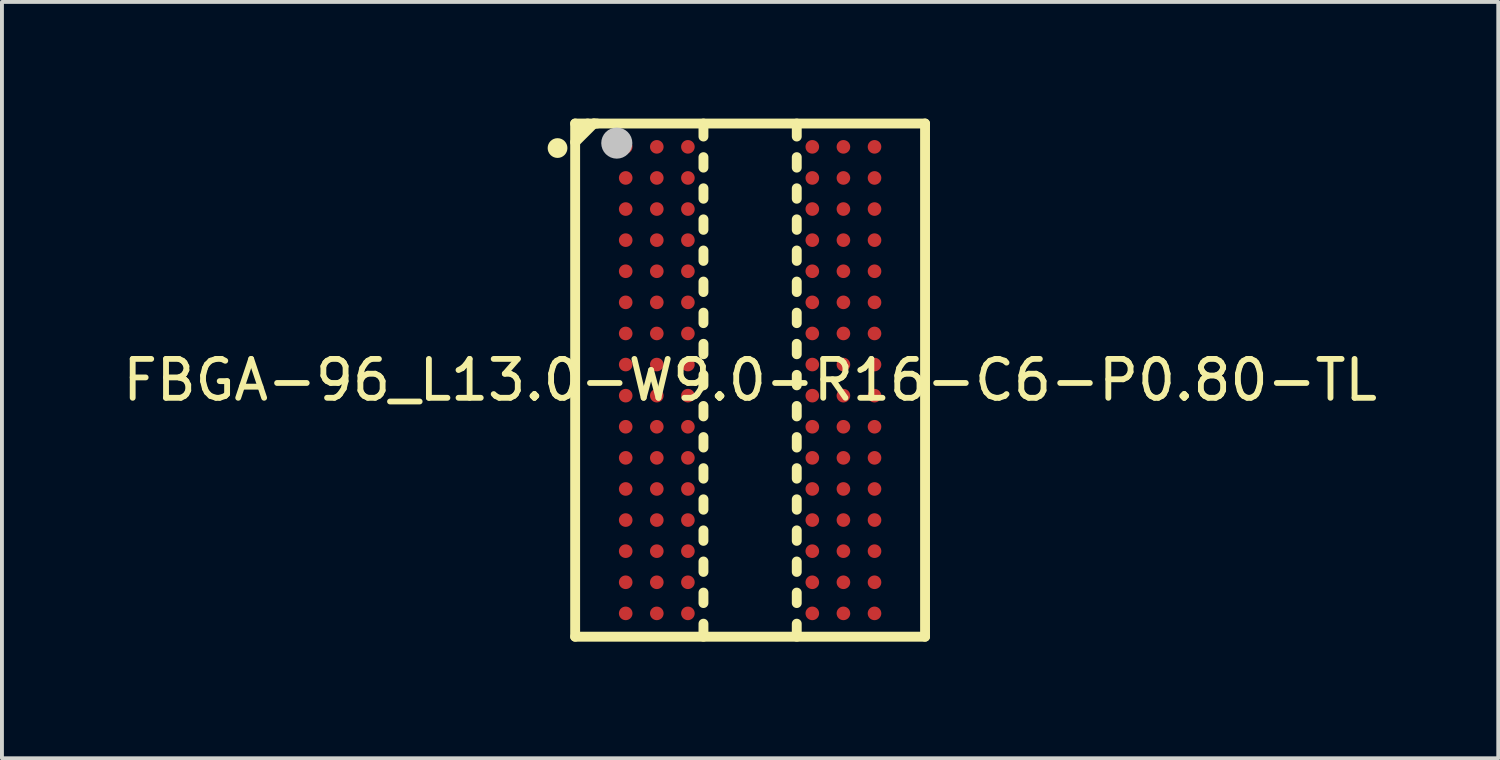
<source format=kicad_pcb>
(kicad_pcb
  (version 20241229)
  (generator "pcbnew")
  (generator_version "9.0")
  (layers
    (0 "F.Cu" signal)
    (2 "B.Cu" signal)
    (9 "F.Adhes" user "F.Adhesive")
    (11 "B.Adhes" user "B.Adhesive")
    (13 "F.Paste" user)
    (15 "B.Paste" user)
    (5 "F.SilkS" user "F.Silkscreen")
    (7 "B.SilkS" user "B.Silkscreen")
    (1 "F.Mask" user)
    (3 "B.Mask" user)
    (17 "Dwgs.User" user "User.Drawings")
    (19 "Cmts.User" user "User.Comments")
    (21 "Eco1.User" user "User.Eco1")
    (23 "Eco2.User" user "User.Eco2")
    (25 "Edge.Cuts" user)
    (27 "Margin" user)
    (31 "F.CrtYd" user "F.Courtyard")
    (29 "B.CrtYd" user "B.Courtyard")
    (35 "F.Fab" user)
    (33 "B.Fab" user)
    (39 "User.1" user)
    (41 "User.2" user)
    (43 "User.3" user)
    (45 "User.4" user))
  (footprint "FBGA-96_L13.0-W9.0-R16-C6-P0.80-TL"
    (layer "F.Cu")
    (at 16.244 6.727)
    (property "Reference" "FBGA-96_L13.0-W9.0-R16-C6-P0.80-TL" (at 0 0 0) (layer "F.SilkS") (effects (font (size 1 1) (thickness 0.15))))
    (fp_line (start -4.5 -6.6) (end -4.5 6.6) (stroke (width 0.254) (type default)) (layer "F.SilkS"))
    (fp_line (start -4.5 -6.6) (end 4.5 -6.6) (stroke (width 0.254) (type default)) (layer "F.SilkS"))
    (fp_line (start -4.5 6.6) (end 4.5 6.6) (stroke (width 0.254) (type default)) (layer "F.SilkS"))
    (fp_line (start -4.179 -6.6) (end -4.179 -6.534) (stroke (width 0.254) (type default)) (layer "F.SilkS"))
    (fp_line (start -4.179 -6.534) (end -4.37 -6.343) (stroke (width 0.254) (type default)) (layer "F.SilkS"))
    (fp_line (start -4.019 -6.6) (end -4.5 -6.119) (stroke (width 0.254) (type default)) (layer "F.SilkS"))
    (fp_line (start -3.939 -6.6) (end -4.019 -6.6) (stroke (width 0.254) (type default)) (layer "F.SilkS"))
    (fp_line (start -1.2 -6.6) (end -1.2 -6.265) (stroke (width 0.254) (type default)) (layer "F.SilkS"))
    (fp_line (start -1.2 -5.735) (end -1.2 -5.465) (stroke (width 0.254) (type default)) (layer "F.SilkS"))
    (fp_line (start -1.2 -4.934) (end -1.2 -4.665) (stroke (width 0.254) (type default)) (layer "F.SilkS"))
    (fp_line (start -1.2 -4.135) (end -1.2 -3.865) (stroke (width 0.254) (type default)) (layer "F.SilkS"))
    (fp_line (start -1.2 -3.334) (end -1.2 -3.066) (stroke (width 0.254) (type default)) (layer "F.SilkS"))
    (fp_line (start -1.2 -2.535) (end -1.2 -2.265) (stroke (width 0.254) (type default)) (layer "F.SilkS"))
    (fp_line (start -1.2 -1.735) (end -1.2 -1.465) (stroke (width 0.254) (type default)) (layer "F.SilkS"))
    (fp_line (start -1.2 -0.934) (end -1.2 -0.665) (stroke (width 0.254) (type default)) (layer "F.SilkS"))
    (fp_line (start -1.2 -0.135) (end -1.2 0.135) (stroke (width 0.254) (type default)) (layer "F.SilkS"))
    (fp_line (start -1.2 0.665) (end -1.2 0.934) (stroke (width 0.254) (type default)) (layer "F.SilkS"))
    (fp_line (start -1.2 1.465) (end -1.2 1.735) (stroke (width 0.254) (type default)) (layer "F.SilkS"))
    (fp_line (start -1.2 2.265) (end -1.2 2.535) (stroke (width 0.254) (type default)) (layer "F.SilkS"))
    (fp_line (start -1.2 3.066) (end -1.2 3.334) (stroke (width 0.254) (type default)) (layer "F.SilkS"))
    (fp_line (start -1.2 3.865) (end -1.2 4.135) (stroke (width 0.254) (type default)) (layer "F.SilkS"))
    (fp_line (start -1.2 4.665) (end -1.2 4.934) (stroke (width 0.254) (type default)) (layer "F.SilkS"))
    (fp_line (start -1.2 5.465) (end -1.2 5.735) (stroke (width 0.254) (type default)) (layer "F.SilkS"))
    (fp_line (start -1.2 6.265) (end -1.2 6.6) (stroke (width 0.254) (type default)) (layer "F.SilkS"))
    (fp_line (start 1.2 -6.6) (end 1.2 -6.265) (stroke (width 0.254) (type default)) (layer "F.SilkS"))
    (fp_line (start 1.2 -5.735) (end 1.2 -5.465) (stroke (width 0.254) (type default)) (layer "F.SilkS"))
    (fp_line (start 1.2 -4.934) (end 1.2 -4.665) (stroke (width 0.254) (type default)) (layer "F.SilkS"))
    (fp_line (start 1.2 -4.135) (end 1.2 -3.865) (stroke (width 0.254) (type default)) (layer "F.SilkS"))
    (fp_line (start 1.2 -3.334) (end 1.2 -3.066) (stroke (width 0.254) (type default)) (layer "F.SilkS"))
    (fp_line (start 1.2 -2.535) (end 1.2 -2.265) (stroke (width 0.254) (type default)) (layer "F.SilkS"))
    (fp_line (start 1.2 -1.735) (end 1.2 -1.465) (stroke (width 0.254) (type default)) (layer "F.SilkS"))
    (fp_line (start 1.2 -0.934) (end 1.2 -0.665) (stroke (width 0.254) (type default)) (layer "F.SilkS"))
    (fp_line (start 1.2 -0.135) (end 1.2 0.135) (stroke (width 0.254) (type default)) (layer "F.SilkS"))
    (fp_line (start 1.2 0.665) (end 1.2 0.934) (stroke (width 0.254) (type default)) (layer "F.SilkS"))
    (fp_line (start 1.2 1.465) (end 1.2 1.735) (stroke (width 0.254) (type default)) (layer "F.SilkS"))
    (fp_line (start 1.2 2.265) (end 1.2 2.535) (stroke (width 0.254) (type default)) (layer "F.SilkS"))
    (fp_line (start 1.2 3.066) (end 1.2 3.334) (stroke (width 0.254) (type default)) (layer "F.SilkS"))
    (fp_line (start 1.2 3.865) (end 1.2 4.135) (stroke (width 0.254) (type default)) (layer "F.SilkS"))
    (fp_line (start 1.2 4.665) (end 1.2 4.934) (stroke (width 0.254) (type default)) (layer "F.SilkS"))
    (fp_line (start 1.2 5.465) (end 1.2 5.735) (stroke (width 0.254) (type default)) (layer "F.SilkS"))
    (fp_line (start 1.2 6.265) (end 1.2 6.6) (stroke (width 0.254) (type default)) (layer "F.SilkS"))
    (fp_line (start 4.5 -6.6) (end 4.5 6.6) (stroke (width 0.254) (type default)) (layer "F.SilkS"))
    (fp_circle (center -4.953 -5.969) (end -4.826 -5.969) (stroke (width 0.254) (type default)) (fill no) (layer "F.SilkS"))
    (fp_circle (center -3.429 -6.096) (end -3.229 -6.096) (stroke (width 0.4) (type default)) (fill no) (layer "Dwgs.User"))
    (fp_poly (pts (xy -2.975 -6) (xy -2.992 -6.086) (xy -3.041 -6.159) (xy -3.114 -6.208) (xy -3.2 -6.225) (xy -3.286 -6.208) (xy -3.359 -6.159) (xy -3.408 -6.086) (xy -3.425 -6) (xy -3.408 -5.914) (xy -3.359 -5.841) (xy -3.286 -5.792) (xy -3.2 -5.775) (xy -3.114 -5.792) (xy -3.041 -5.841) (xy -2.992 -5.914)) (stroke (width 0.1) (type default)) (fill no) (layer "User.1"))
    (fp_poly (pts (xy -2.975 -5.2) (xy -2.992 -5.286) (xy -3.041 -5.359) (xy -3.114 -5.408) (xy -3.2 -5.425) (xy -3.286 -5.408) (xy -3.359 -5.359) (xy -3.408 -5.286) (xy -3.425 -5.2) (xy -3.408 -5.114) (xy -3.359 -5.041) (xy -3.286 -4.992) (xy -3.2 -4.975) (xy -3.114 -4.992) (xy -3.041 -5.041) (xy -2.992 -5.114)) (stroke (width 0.1) (type default)) (fill no) (layer "User.1"))
    (fp_poly (pts (xy -2.975 -4.4) (xy -2.992 -4.486) (xy -3.041 -4.559) (xy -3.114 -4.608) (xy -3.2 -4.625) (xy -3.286 -4.608) (xy -3.359 -4.559) (xy -3.408 -4.486) (xy -3.425 -4.4) (xy -3.408 -4.314) (xy -3.359 -4.241) (xy -3.286 -4.192) (xy -3.2 -4.175) (xy -3.114 -4.192) (xy -3.041 -4.241) (xy -2.992 -4.314)) (stroke (width 0.1) (type default)) (fill no) (layer "User.1"))
    (fp_poly (pts (xy -2.975 -3.6) (xy -2.992 -3.686) (xy -3.041 -3.759) (xy -3.114 -3.808) (xy -3.2 -3.825) (xy -3.286 -3.808) (xy -3.359 -3.759) (xy -3.408 -3.686) (xy -3.425 -3.6) (xy -3.408 -3.514) (xy -3.359 -3.441) (xy -3.286 -3.392) (xy -3.2 -3.375) (xy -3.114 -3.392) (xy -3.041 -3.441) (xy -2.992 -3.514)) (stroke (width 0.1) (type default)) (fill no) (layer "User.1"))
    (fp_poly (pts (xy -2.975 -2.8) (xy -2.992 -2.886) (xy -3.041 -2.959) (xy -3.114 -3.008) (xy -3.2 -3.025) (xy -3.286 -3.008) (xy -3.359 -2.959) (xy -3.408 -2.886) (xy -3.425 -2.8) (xy -3.408 -2.714) (xy -3.359 -2.641) (xy -3.286 -2.592) (xy -3.2 -2.575) (xy -3.114 -2.592) (xy -3.041 -2.641) (xy -2.992 -2.714)) (stroke (width 0.1) (type default)) (fill no) (layer "User.1"))
    (fp_poly (pts (xy -2.975 -2) (xy -2.992 -2.086) (xy -3.041 -2.159) (xy -3.114 -2.208) (xy -3.2 -2.225) (xy -3.286 -2.208) (xy -3.359 -2.159) (xy -3.408 -2.086) (xy -3.425 -2) (xy -3.408 -1.914) (xy -3.359 -1.841) (xy -3.286 -1.792) (xy -3.2 -1.775) (xy -3.114 -1.792) (xy -3.041 -1.841) (xy -2.992 -1.914)) (stroke (width 0.1) (type default)) (fill no) (layer "User.1"))
    (fp_poly (pts (xy -2.975 -1.2) (xy -2.992 -1.286) (xy -3.041 -1.359) (xy -3.114 -1.408) (xy -3.2 -1.425) (xy -3.286 -1.408) (xy -3.359 -1.359) (xy -3.408 -1.286) (xy -3.425 -1.2) (xy -3.408 -1.114) (xy -3.359 -1.041) (xy -3.286 -0.992) (xy -3.2 -0.975) (xy -3.114 -0.992) (xy -3.041 -1.041) (xy -2.992 -1.114)) (stroke (width 0.1) (type default)) (fill no) (layer "User.1"))
    (fp_poly (pts (xy -2.975 -0.4) (xy -2.992 -0.486) (xy -3.041 -0.559) (xy -3.114 -0.608) (xy -3.2 -0.625) (xy -3.286 -0.608) (xy -3.359 -0.559) (xy -3.408 -0.486) (xy -3.425 -0.4) (xy -3.408 -0.314) (xy -3.359 -0.241) (xy -3.286 -0.192) (xy -3.2 -0.175) (xy -3.114 -0.192) (xy -3.041 -0.241) (xy -2.992 -0.314)) (stroke (width 0.1) (type default)) (fill no) (layer "User.1"))
    (fp_poly (pts (xy -2.975 0.4) (xy -2.992 0.314) (xy -3.041 0.241) (xy -3.114 0.192) (xy -3.2 0.175) (xy -3.286 0.192) (xy -3.359 0.241) (xy -3.408 0.314) (xy -3.425 0.4) (xy -3.408 0.486) (xy -3.359 0.559) (xy -3.286 0.608) (xy -3.2 0.625) (xy -3.114 0.608) (xy -3.041 0.559) (xy -2.992 0.486)) (stroke (width 0.1) (type default)) (fill no) (layer "User.1"))
    (fp_poly (pts (xy -2.975 1.2) (xy -2.992 1.114) (xy -3.041 1.041) (xy -3.114 0.992) (xy -3.2 0.975) (xy -3.286 0.992) (xy -3.359 1.041) (xy -3.408 1.114) (xy -3.425 1.2) (xy -3.408 1.286) (xy -3.359 1.359) (xy -3.286 1.408) (xy -3.2 1.425) (xy -3.114 1.408) (xy -3.041 1.359) (xy -2.992 1.286)) (stroke (width 0.1) (type default)) (fill no) (layer "User.1"))
    (fp_poly (pts (xy -2.975 2) (xy -2.992 1.914) (xy -3.041 1.841) (xy -3.114 1.792) (xy -3.2 1.775) (xy -3.286 1.792) (xy -3.359 1.841) (xy -3.408 1.914) (xy -3.425 2) (xy -3.408 2.086) (xy -3.359 2.159) (xy -3.286 2.208) (xy -3.2 2.225) (xy -3.114 2.208) (xy -3.041 2.159) (xy -2.992 2.086)) (stroke (width 0.1) (type default)) (fill no) (layer "User.1"))
    (fp_poly (pts (xy -2.975 2.8) (xy -2.992 2.714) (xy -3.041 2.641) (xy -3.114 2.592) (xy -3.2 2.575) (xy -3.286 2.592) (xy -3.359 2.641) (xy -3.408 2.714) (xy -3.425 2.8) (xy -3.408 2.886) (xy -3.359 2.959) (xy -3.286 3.008) (xy -3.2 3.025) (xy -3.114 3.008) (xy -3.041 2.959) (xy -2.992 2.886)) (stroke (width 0.1) (type default)) (fill no) (layer "User.1"))
    (fp_poly (pts (xy -2.975 3.6) (xy -2.992 3.514) (xy -3.041 3.441) (xy -3.114 3.392) (xy -3.2 3.375) (xy -3.286 3.392) (xy -3.359 3.441) (xy -3.408 3.514) (xy -3.425 3.6) (xy -3.408 3.686) (xy -3.359 3.759) (xy -3.286 3.808) (xy -3.2 3.825) (xy -3.114 3.808) (xy -3.041 3.759) (xy -2.992 3.686)) (stroke (width 0.1) (type default)) (fill no) (layer "User.1"))
    (fp_poly (pts (xy -2.975 4.4) (xy -2.992 4.314) (xy -3.041 4.241) (xy -3.114 4.192) (xy -3.2 4.175) (xy -3.286 4.192) (xy -3.359 4.241) (xy -3.408 4.314) (xy -3.425 4.4) (xy -3.408 4.486) (xy -3.359 4.559) (xy -3.286 4.608) (xy -3.2 4.625) (xy -3.114 4.608) (xy -3.041 4.559) (xy -2.992 4.486)) (stroke (width 0.1) (type default)) (fill no) (layer "User.1"))
    (fp_poly (pts (xy -2.975 5.2) (xy -2.992 5.114) (xy -3.041 5.041) (xy -3.114 4.992) (xy -3.2 4.975) (xy -3.286 4.992) (xy -3.359 5.041) (xy -3.408 5.114) (xy -3.425 5.2) (xy -3.408 5.286) (xy -3.359 5.359) (xy -3.286 5.408) (xy -3.2 5.425) (xy -3.114 5.408) (xy -3.041 5.359) (xy -2.992 5.286)) (stroke (width 0.1) (type default)) (fill no) (layer "User.1"))
    (fp_poly (pts (xy -2.975 6) (xy -2.992 5.914) (xy -3.041 5.841) (xy -3.114 5.792) (xy -3.2 5.775) (xy -3.286 5.792) (xy -3.359 5.841) (xy -3.408 5.914) (xy -3.425 6) (xy -3.408 6.086) (xy -3.359 6.159) (xy -3.286 6.208) (xy -3.2 6.225) (xy -3.114 6.208) (xy -3.041 6.159) (xy -2.992 6.086)) (stroke (width 0.1) (type default)) (fill no) (layer "User.1"))
    (fp_poly (pts (xy -2.175 -6) (xy -2.192 -6.086) (xy -2.241 -6.159) (xy -2.314 -6.208) (xy -2.4 -6.225) (xy -2.486 -6.208) (xy -2.559 -6.159) (xy -2.608 -6.086) (xy -2.625 -6) (xy -2.608 -5.914) (xy -2.559 -5.841) (xy -2.486 -5.792) (xy -2.4 -5.775) (xy -2.314 -5.792) (xy -2.241 -5.841) (xy -2.192 -5.914)) (stroke (width 0.1) (type default)) (fill no) (layer "User.1"))
    (fp_poly (pts (xy -2.175 -5.2) (xy -2.192 -5.286) (xy -2.241 -5.359) (xy -2.314 -5.408) (xy -2.4 -5.425) (xy -2.486 -5.408) (xy -2.559 -5.359) (xy -2.608 -5.286) (xy -2.625 -5.2) (xy -2.608 -5.114) (xy -2.559 -5.041) (xy -2.486 -4.992) (xy -2.4 -4.975) (xy -2.314 -4.992) (xy -2.241 -5.041) (xy -2.192 -5.114)) (stroke (width 0.1) (type default)) (fill no) (layer "User.1"))
    (fp_poly (pts (xy -2.175 -4.4) (xy -2.192 -4.486) (xy -2.241 -4.559) (xy -2.314 -4.608) (xy -2.4 -4.625) (xy -2.486 -4.608) (xy -2.559 -4.559) (xy -2.608 -4.486) (xy -2.625 -4.4) (xy -2.608 -4.314) (xy -2.559 -4.241) (xy -2.486 -4.192) (xy -2.4 -4.175) (xy -2.314 -4.192) (xy -2.241 -4.241) (xy -2.192 -4.314)) (stroke (width 0.1) (type default)) (fill no) (layer "User.1"))
    (fp_poly (pts (xy -2.175 -3.6) (xy -2.192 -3.686) (xy -2.241 -3.759) (xy -2.314 -3.808) (xy -2.4 -3.825) (xy -2.486 -3.808) (xy -2.559 -3.759) (xy -2.608 -3.686) (xy -2.625 -3.6) (xy -2.608 -3.514) (xy -2.559 -3.441) (xy -2.486 -3.392) (xy -2.4 -3.375) (xy -2.314 -3.392) (xy -2.241 -3.441) (xy -2.192 -3.514)) (stroke (width 0.1) (type default)) (fill no) (layer "User.1"))
    (fp_poly (pts (xy -2.175 -2.8) (xy -2.192 -2.886) (xy -2.241 -2.959) (xy -2.314 -3.008) (xy -2.4 -3.025) (xy -2.486 -3.008) (xy -2.559 -2.959) (xy -2.608 -2.886) (xy -2.625 -2.8) (xy -2.608 -2.714) (xy -2.559 -2.641) (xy -2.486 -2.592) (xy -2.4 -2.575) (xy -2.314 -2.592) (xy -2.241 -2.641) (xy -2.192 -2.714)) (stroke (width 0.1) (type default)) (fill no) (layer "User.1"))
    (fp_poly (pts (xy -2.175 -2) (xy -2.192 -2.086) (xy -2.241 -2.159) (xy -2.314 -2.208) (xy -2.4 -2.225) (xy -2.486 -2.208) (xy -2.559 -2.159) (xy -2.608 -2.086) (xy -2.625 -2) (xy -2.608 -1.914) (xy -2.559 -1.841) (xy -2.486 -1.792) (xy -2.4 -1.775) (xy -2.314 -1.792) (xy -2.241 -1.841) (xy -2.192 -1.914)) (stroke (width 0.1) (type default)) (fill no) (layer "User.1"))
    (fp_poly (pts (xy -2.175 -1.2) (xy -2.192 -1.286) (xy -2.241 -1.359) (xy -2.314 -1.408) (xy -2.4 -1.425) (xy -2.486 -1.408) (xy -2.559 -1.359) (xy -2.608 -1.286) (xy -2.625 -1.2) (xy -2.608 -1.114) (xy -2.559 -1.041) (xy -2.486 -0.992) (xy -2.4 -0.975) (xy -2.314 -0.992) (xy -2.241 -1.041) (xy -2.192 -1.114)) (stroke (width 0.1) (type default)) (fill no) (layer "User.1"))
    (fp_poly (pts (xy -2.175 -0.4) (xy -2.192 -0.486) (xy -2.241 -0.559) (xy -2.314 -0.608) (xy -2.4 -0.625) (xy -2.486 -0.608) (xy -2.559 -0.559) (xy -2.608 -0.486) (xy -2.625 -0.4) (xy -2.608 -0.314) (xy -2.559 -0.241) (xy -2.486 -0.192) (xy -2.4 -0.175) (xy -2.314 -0.192) (xy -2.241 -0.241) (xy -2.192 -0.314)) (stroke (width 0.1) (type default)) (fill no) (layer "User.1"))
    (fp_poly (pts (xy -2.175 0.4) (xy -2.192 0.314) (xy -2.241 0.241) (xy -2.314 0.192) (xy -2.4 0.175) (xy -2.486 0.192) (xy -2.559 0.241) (xy -2.608 0.314) (xy -2.625 0.4) (xy -2.608 0.486) (xy -2.559 0.559) (xy -2.486 0.608) (xy -2.4 0.625) (xy -2.314 0.608) (xy -2.241 0.559) (xy -2.192 0.486)) (stroke (width 0.1) (type default)) (fill no) (layer "User.1"))
    (fp_poly (pts (xy -2.175 1.2) (xy -2.192 1.114) (xy -2.241 1.041) (xy -2.314 0.992) (xy -2.4 0.975) (xy -2.486 0.992) (xy -2.559 1.041) (xy -2.608 1.114) (xy -2.625 1.2) (xy -2.608 1.286) (xy -2.559 1.359) (xy -2.486 1.408) (xy -2.4 1.425) (xy -2.314 1.408) (xy -2.241 1.359) (xy -2.192 1.286)) (stroke (width 0.1) (type default)) (fill no) (layer "User.1"))
    (fp_poly (pts (xy -2.175 2) (xy -2.192 1.914) (xy -2.241 1.841) (xy -2.314 1.792) (xy -2.4 1.775) (xy -2.486 1.792) (xy -2.559 1.841) (xy -2.608 1.914) (xy -2.625 2) (xy -2.608 2.086) (xy -2.559 2.159) (xy -2.486 2.208) (xy -2.4 2.225) (xy -2.314 2.208) (xy -2.241 2.159) (xy -2.192 2.086)) (stroke (width 0.1) (type default)) (fill no) (layer "User.1"))
    (fp_poly (pts (xy -2.175 2.8) (xy -2.192 2.714) (xy -2.241 2.641) (xy -2.314 2.592) (xy -2.4 2.575) (xy -2.486 2.592) (xy -2.559 2.641) (xy -2.608 2.714) (xy -2.625 2.8) (xy -2.608 2.886) (xy -2.559 2.959) (xy -2.486 3.008) (xy -2.4 3.025) (xy -2.314 3.008) (xy -2.241 2.959) (xy -2.192 2.886)) (stroke (width 0.1) (type default)) (fill no) (layer "User.1"))
    (fp_poly (pts (xy -2.175 3.6) (xy -2.192 3.514) (xy -2.241 3.441) (xy -2.314 3.392) (xy -2.4 3.375) (xy -2.486 3.392) (xy -2.559 3.441) (xy -2.608 3.514) (xy -2.625 3.6) (xy -2.608 3.686) (xy -2.559 3.759) (xy -2.486 3.808) (xy -2.4 3.825) (xy -2.314 3.808) (xy -2.241 3.759) (xy -2.192 3.686)) (stroke (width 0.1) (type default)) (fill no) (layer "User.1"))
    (fp_poly (pts (xy -2.175 4.4) (xy -2.192 4.314) (xy -2.241 4.241) (xy -2.314 4.192) (xy -2.4 4.175) (xy -2.486 4.192) (xy -2.559 4.241) (xy -2.608 4.314) (xy -2.625 4.4) (xy -2.608 4.486) (xy -2.559 4.559) (xy -2.486 4.608) (xy -2.4 4.625) (xy -2.314 4.608) (xy -2.241 4.559) (xy -2.192 4.486)) (stroke (width 0.1) (type default)) (fill no) (layer "User.1"))
    (fp_poly (pts (xy -2.175 5.2) (xy -2.192 5.114) (xy -2.241 5.041) (xy -2.314 4.992) (xy -2.4 4.975) (xy -2.486 4.992) (xy -2.559 5.041) (xy -2.608 5.114) (xy -2.625 5.2) (xy -2.608 5.286) (xy -2.559 5.359) (xy -2.486 5.408) (xy -2.4 5.425) (xy -2.314 5.408) (xy -2.241 5.359) (xy -2.192 5.286)) (stroke (width 0.1) (type default)) (fill no) (layer "User.1"))
    (fp_poly (pts (xy -2.175 6) (xy -2.192 5.914) (xy -2.241 5.841) (xy -2.314 5.792) (xy -2.4 5.775) (xy -2.486 5.792) (xy -2.559 5.841) (xy -2.608 5.914) (xy -2.625 6) (xy -2.608 6.086) (xy -2.559 6.159) (xy -2.486 6.208) (xy -2.4 6.225) (xy -2.314 6.208) (xy -2.241 6.159) (xy -2.192 6.086)) (stroke (width 0.1) (type default)) (fill no) (layer "User.1"))
    (fp_poly (pts (xy -1.375 -6) (xy -1.392 -6.086) (xy -1.441 -6.159) (xy -1.514 -6.208) (xy -1.6 -6.225) (xy -1.686 -6.208) (xy -1.759 -6.159) (xy -1.808 -6.086) (xy -1.825 -6) (xy -1.808 -5.914) (xy -1.759 -5.841) (xy -1.686 -5.792) (xy -1.6 -5.775) (xy -1.514 -5.792) (xy -1.441 -5.841) (xy -1.392 -5.914)) (stroke (width 0.1) (type default)) (fill no) (layer "User.1"))
    (fp_poly (pts (xy -1.375 -5.2) (xy -1.392 -5.286) (xy -1.441 -5.359) (xy -1.514 -5.408) (xy -1.6 -5.425) (xy -1.686 -5.408) (xy -1.759 -5.359) (xy -1.808 -5.286) (xy -1.825 -5.2) (xy -1.808 -5.114) (xy -1.759 -5.041) (xy -1.686 -4.992) (xy -1.6 -4.975) (xy -1.514 -4.992) (xy -1.441 -5.041) (xy -1.392 -5.114)) (stroke (width 0.1) (type default)) (fill no) (layer "User.1"))
    (fp_poly (pts (xy -1.375 -4.4) (xy -1.392 -4.486) (xy -1.441 -4.559) (xy -1.514 -4.608) (xy -1.6 -4.625) (xy -1.686 -4.608) (xy -1.759 -4.559) (xy -1.808 -4.486) (xy -1.825 -4.4) (xy -1.808 -4.314) (xy -1.759 -4.241) (xy -1.686 -4.192) (xy -1.6 -4.175) (xy -1.514 -4.192) (xy -1.441 -4.241) (xy -1.392 -4.314)) (stroke (width 0.1) (type default)) (fill no) (layer "User.1"))
    (fp_poly (pts (xy -1.375 -3.6) (xy -1.392 -3.686) (xy -1.441 -3.759) (xy -1.514 -3.808) (xy -1.6 -3.825) (xy -1.686 -3.808) (xy -1.759 -3.759) (xy -1.808 -3.686) (xy -1.825 -3.6) (xy -1.808 -3.514) (xy -1.759 -3.441) (xy -1.686 -3.392) (xy -1.6 -3.375) (xy -1.514 -3.392) (xy -1.441 -3.441) (xy -1.392 -3.514)) (stroke (width 0.1) (type default)) (fill no) (layer "User.1"))
    (fp_poly (pts (xy -1.375 -2.8) (xy -1.392 -2.886) (xy -1.441 -2.959) (xy -1.514 -3.008) (xy -1.6 -3.025) (xy -1.686 -3.008) (xy -1.759 -2.959) (xy -1.808 -2.886) (xy -1.825 -2.8) (xy -1.808 -2.714) (xy -1.759 -2.641) (xy -1.686 -2.592) (xy -1.6 -2.575) (xy -1.514 -2.592) (xy -1.441 -2.641) (xy -1.392 -2.714)) (stroke (width 0.1) (type default)) (fill no) (layer "User.1"))
    (fp_poly (pts (xy -1.375 -2) (xy -1.392 -2.086) (xy -1.441 -2.159) (xy -1.514 -2.208) (xy -1.6 -2.225) (xy -1.686 -2.208) (xy -1.759 -2.159) (xy -1.808 -2.086) (xy -1.825 -2) (xy -1.808 -1.914) (xy -1.759 -1.841) (xy -1.686 -1.792) (xy -1.6 -1.775) (xy -1.514 -1.792) (xy -1.441 -1.841) (xy -1.392 -1.914)) (stroke (width 0.1) (type default)) (fill no) (layer "User.1"))
    (fp_poly (pts (xy -1.375 -1.2) (xy -1.392 -1.286) (xy -1.441 -1.359) (xy -1.514 -1.408) (xy -1.6 -1.425) (xy -1.686 -1.408) (xy -1.759 -1.359) (xy -1.808 -1.286) (xy -1.825 -1.2) (xy -1.808 -1.114) (xy -1.759 -1.041) (xy -1.686 -0.992) (xy -1.6 -0.975) (xy -1.514 -0.992) (xy -1.441 -1.041) (xy -1.392 -1.114)) (stroke (width 0.1) (type default)) (fill no) (layer "User.1"))
    (fp_poly (pts (xy -1.375 -0.4) (xy -1.392 -0.486) (xy -1.441 -0.559) (xy -1.514 -0.608) (xy -1.6 -0.625) (xy -1.686 -0.608) (xy -1.759 -0.559) (xy -1.808 -0.486) (xy -1.825 -0.4) (xy -1.808 -0.314) (xy -1.759 -0.241) (xy -1.686 -0.192) (xy -1.6 -0.175) (xy -1.514 -0.192) (xy -1.441 -0.241) (xy -1.392 -0.314)) (stroke (width 0.1) (type default)) (fill no) (layer "User.1"))
    (fp_poly (pts (xy -1.375 0.4) (xy -1.392 0.314) (xy -1.441 0.241) (xy -1.514 0.192) (xy -1.6 0.175) (xy -1.686 0.192) (xy -1.759 0.241) (xy -1.808 0.314) (xy -1.825 0.4) (xy -1.808 0.486) (xy -1.759 0.559) (xy -1.686 0.608) (xy -1.6 0.625) (xy -1.514 0.608) (xy -1.441 0.559) (xy -1.392 0.486)) (stroke (width 0.1) (type default)) (fill no) (layer "User.1"))
    (fp_poly (pts (xy -1.375 1.2) (xy -1.392 1.114) (xy -1.441 1.041) (xy -1.514 0.992) (xy -1.6 0.975) (xy -1.686 0.992) (xy -1.759 1.041) (xy -1.808 1.114) (xy -1.825 1.2) (xy -1.808 1.286) (xy -1.759 1.359) (xy -1.686 1.408) (xy -1.6 1.425) (xy -1.514 1.408) (xy -1.441 1.359) (xy -1.392 1.286)) (stroke (width 0.1) (type default)) (fill no) (layer "User.1"))
    (fp_poly (pts (xy -1.375 2) (xy -1.392 1.914) (xy -1.441 1.841) (xy -1.514 1.792) (xy -1.6 1.775) (xy -1.686 1.792) (xy -1.759 1.841) (xy -1.808 1.914) (xy -1.825 2) (xy -1.808 2.086) (xy -1.759 2.159) (xy -1.686 2.208) (xy -1.6 2.225) (xy -1.514 2.208) (xy -1.441 2.159) (xy -1.392 2.086)) (stroke (width 0.1) (type default)) (fill no) (layer "User.1"))
    (fp_poly (pts (xy -1.375 2.8) (xy -1.392 2.714) (xy -1.441 2.641) (xy -1.514 2.592) (xy -1.6 2.575) (xy -1.686 2.592) (xy -1.759 2.641) (xy -1.808 2.714) (xy -1.825 2.8) (xy -1.808 2.886) (xy -1.759 2.959) (xy -1.686 3.008) (xy -1.6 3.025) (xy -1.514 3.008) (xy -1.441 2.959) (xy -1.392 2.886)) (stroke (width 0.1) (type default)) (fill no) (layer "User.1"))
    (fp_poly (pts (xy -1.375 3.6) (xy -1.392 3.514) (xy -1.441 3.441) (xy -1.514 3.392) (xy -1.6 3.375) (xy -1.686 3.392) (xy -1.759 3.441) (xy -1.808 3.514) (xy -1.825 3.6) (xy -1.808 3.686) (xy -1.759 3.759) (xy -1.686 3.808) (xy -1.6 3.825) (xy -1.514 3.808) (xy -1.441 3.759) (xy -1.392 3.686)) (stroke (width 0.1) (type default)) (fill no) (layer "User.1"))
    (fp_poly (pts (xy -1.375 4.4) (xy -1.392 4.314) (xy -1.441 4.241) (xy -1.514 4.192) (xy -1.6 4.175) (xy -1.686 4.192) (xy -1.759 4.241) (xy -1.808 4.314) (xy -1.825 4.4) (xy -1.808 4.486) (xy -1.759 4.559) (xy -1.686 4.608) (xy -1.6 4.625) (xy -1.514 4.608) (xy -1.441 4.559) (xy -1.392 4.486)) (stroke (width 0.1) (type default)) (fill no) (layer "User.1"))
    (fp_poly (pts (xy -1.375 5.2) (xy -1.392 5.114) (xy -1.441 5.041) (xy -1.514 4.992) (xy -1.6 4.975) (xy -1.686 4.992) (xy -1.759 5.041) (xy -1.808 5.114) (xy -1.825 5.2) (xy -1.808 5.286) (xy -1.759 5.359) (xy -1.686 5.408) (xy -1.6 5.425) (xy -1.514 5.408) (xy -1.441 5.359) (xy -1.392 5.286)) (stroke (width 0.1) (type default)) (fill no) (layer "User.1"))
    (fp_poly (pts (xy -1.375 6) (xy -1.392 5.914) (xy -1.441 5.841) (xy -1.514 5.792) (xy -1.6 5.775) (xy -1.686 5.792) (xy -1.759 5.841) (xy -1.808 5.914) (xy -1.825 6) (xy -1.808 6.086) (xy -1.759 6.159) (xy -1.686 6.208) (xy -1.6 6.225) (xy -1.514 6.208) (xy -1.441 6.159) (xy -1.392 6.086)) (stroke (width 0.1) (type default)) (fill no) (layer "User.1"))
    (fp_poly (pts (xy 1.825 -6) (xy 1.808 -6.086) (xy 1.759 -6.159) (xy 1.686 -6.208) (xy 1.6 -6.225) (xy 1.514 -6.208) (xy 1.441 -6.159) (xy 1.392 -6.086) (xy 1.375 -6) (xy 1.392 -5.914) (xy 1.441 -5.841) (xy 1.514 -5.792) (xy 1.6 -5.775) (xy 1.686 -5.792) (xy 1.759 -5.841) (xy 1.808 -5.914)) (stroke (width 0.1) (type default)) (fill no) (layer "User.1"))
    (fp_poly (pts (xy 1.825 -5.2) (xy 1.808 -5.286) (xy 1.759 -5.359) (xy 1.686 -5.408) (xy 1.6 -5.425) (xy 1.514 -5.408) (xy 1.441 -5.359) (xy 1.392 -5.286) (xy 1.375 -5.2) (xy 1.392 -5.114) (xy 1.441 -5.041) (xy 1.514 -4.992) (xy 1.6 -4.975) (xy 1.686 -4.992) (xy 1.759 -5.041) (xy 1.808 -5.114)) (stroke (width 0.1) (type default)) (fill no) (layer "User.1"))
    (fp_poly (pts (xy 1.825 -4.4) (xy 1.808 -4.486) (xy 1.759 -4.559) (xy 1.686 -4.608) (xy 1.6 -4.625) (xy 1.514 -4.608) (xy 1.441 -4.559) (xy 1.392 -4.486) (xy 1.375 -4.4) (xy 1.392 -4.314) (xy 1.441 -4.241) (xy 1.514 -4.192) (xy 1.6 -4.175) (xy 1.686 -4.192) (xy 1.759 -4.241) (xy 1.808 -4.314)) (stroke (width 0.1) (type default)) (fill no) (layer "User.1"))
    (fp_poly (pts (xy 1.825 -3.6) (xy 1.808 -3.686) (xy 1.759 -3.759) (xy 1.686 -3.808) (xy 1.6 -3.825) (xy 1.514 -3.808) (xy 1.441 -3.759) (xy 1.392 -3.686) (xy 1.375 -3.6) (xy 1.392 -3.514) (xy 1.441 -3.441) (xy 1.514 -3.392) (xy 1.6 -3.375) (xy 1.686 -3.392) (xy 1.759 -3.441) (xy 1.808 -3.514)) (stroke (width 0.1) (type default)) (fill no) (layer "User.1"))
    (fp_poly (pts (xy 1.825 -2.8) (xy 1.808 -2.886) (xy 1.759 -2.959) (xy 1.686 -3.008) (xy 1.6 -3.025) (xy 1.514 -3.008) (xy 1.441 -2.959) (xy 1.392 -2.886) (xy 1.375 -2.8) (xy 1.392 -2.714) (xy 1.441 -2.641) (xy 1.514 -2.592) (xy 1.6 -2.575) (xy 1.686 -2.592) (xy 1.759 -2.641) (xy 1.808 -2.714)) (stroke (width 0.1) (type default)) (fill no) (layer "User.1"))
    (fp_poly (pts (xy 1.825 -2) (xy 1.808 -2.086) (xy 1.759 -2.159) (xy 1.686 -2.208) (xy 1.6 -2.225) (xy 1.514 -2.208) (xy 1.441 -2.159) (xy 1.392 -2.086) (xy 1.375 -2) (xy 1.392 -1.914) (xy 1.441 -1.841) (xy 1.514 -1.792) (xy 1.6 -1.775) (xy 1.686 -1.792) (xy 1.759 -1.841) (xy 1.808 -1.914)) (stroke (width 0.1) (type default)) (fill no) (layer "User.1"))
    (fp_poly (pts (xy 1.825 -1.2) (xy 1.808 -1.286) (xy 1.759 -1.359) (xy 1.686 -1.408) (xy 1.6 -1.425) (xy 1.514 -1.408) (xy 1.441 -1.359) (xy 1.392 -1.286) (xy 1.375 -1.2) (xy 1.392 -1.114) (xy 1.441 -1.041) (xy 1.514 -0.992) (xy 1.6 -0.975) (xy 1.686 -0.992) (xy 1.759 -1.041) (xy 1.808 -1.114)) (stroke (width 0.1) (type default)) (fill no) (layer "User.1"))
    (fp_poly (pts (xy 1.825 -0.4) (xy 1.808 -0.486) (xy 1.759 -0.559) (xy 1.686 -0.608) (xy 1.6 -0.625) (xy 1.514 -0.608) (xy 1.441 -0.559) (xy 1.392 -0.486) (xy 1.375 -0.4) (xy 1.392 -0.314) (xy 1.441 -0.241) (xy 1.514 -0.192) (xy 1.6 -0.175) (xy 1.686 -0.192) (xy 1.759 -0.241) (xy 1.808 -0.314)) (stroke (width 0.1) (type default)) (fill no) (layer "User.1"))
    (fp_poly (pts (xy 1.825 0.4) (xy 1.808 0.314) (xy 1.759 0.241) (xy 1.686 0.192) (xy 1.6 0.175) (xy 1.514 0.192) (xy 1.441 0.241) (xy 1.392 0.314) (xy 1.375 0.4) (xy 1.392 0.486) (xy 1.441 0.559) (xy 1.514 0.608) (xy 1.6 0.625) (xy 1.686 0.608) (xy 1.759 0.559) (xy 1.808 0.486)) (stroke (width 0.1) (type default)) (fill no) (layer "User.1"))
    (fp_poly (pts (xy 1.825 1.2) (xy 1.808 1.114) (xy 1.759 1.041) (xy 1.686 0.992) (xy 1.6 0.975) (xy 1.514 0.992) (xy 1.441 1.041) (xy 1.392 1.114) (xy 1.375 1.2) (xy 1.392 1.286) (xy 1.441 1.359) (xy 1.514 1.408) (xy 1.6 1.425) (xy 1.686 1.408) (xy 1.759 1.359) (xy 1.808 1.286)) (stroke (width 0.1) (type default)) (fill no) (layer "User.1"))
    (fp_poly (pts (xy 1.825 2) (xy 1.808 1.914) (xy 1.759 1.841) (xy 1.686 1.792) (xy 1.6 1.775) (xy 1.514 1.792) (xy 1.441 1.841) (xy 1.392 1.914) (xy 1.375 2) (xy 1.392 2.086) (xy 1.441 2.159) (xy 1.514 2.208) (xy 1.6 2.225) (xy 1.686 2.208) (xy 1.759 2.159) (xy 1.808 2.086)) (stroke (width 0.1) (type default)) (fill no) (layer "User.1"))
    (fp_poly (pts (xy 1.825 2.8) (xy 1.808 2.714) (xy 1.759 2.641) (xy 1.686 2.592) (xy 1.6 2.575) (xy 1.514 2.592) (xy 1.441 2.641) (xy 1.392 2.714) (xy 1.375 2.8) (xy 1.392 2.886) (xy 1.441 2.959) (xy 1.514 3.008) (xy 1.6 3.025) (xy 1.686 3.008) (xy 1.759 2.959) (xy 1.808 2.886)) (stroke (width 0.1) (type default)) (fill no) (layer "User.1"))
    (fp_poly (pts (xy 1.825 3.6) (xy 1.808 3.514) (xy 1.759 3.441) (xy 1.686 3.392) (xy 1.6 3.375) (xy 1.514 3.392) (xy 1.441 3.441) (xy 1.392 3.514) (xy 1.375 3.6) (xy 1.392 3.686) (xy 1.441 3.759) (xy 1.514 3.808) (xy 1.6 3.825) (xy 1.686 3.808) (xy 1.759 3.759) (xy 1.808 3.686)) (stroke (width 0.1) (type default)) (fill no) (layer "User.1"))
    (fp_poly (pts (xy 1.825 4.4) (xy 1.808 4.314) (xy 1.759 4.241) (xy 1.686 4.192) (xy 1.6 4.175) (xy 1.514 4.192) (xy 1.441 4.241) (xy 1.392 4.314) (xy 1.375 4.4) (xy 1.392 4.486) (xy 1.441 4.559) (xy 1.514 4.608) (xy 1.6 4.625) (xy 1.686 4.608) (xy 1.759 4.559) (xy 1.808 4.486)) (stroke (width 0.1) (type default)) (fill no) (layer "User.1"))
    (fp_poly (pts (xy 1.825 5.2) (xy 1.808 5.114) (xy 1.759 5.041) (xy 1.686 4.992) (xy 1.6 4.975) (xy 1.514 4.992) (xy 1.441 5.041) (xy 1.392 5.114) (xy 1.375 5.2) (xy 1.392 5.286) (xy 1.441 5.359) (xy 1.514 5.408) (xy 1.6 5.425) (xy 1.686 5.408) (xy 1.759 5.359) (xy 1.808 5.286)) (stroke (width 0.1) (type default)) (fill no) (layer "User.1"))
    (fp_poly (pts (xy 1.825 6) (xy 1.808 5.914) (xy 1.759 5.841) (xy 1.686 5.792) (xy 1.6 5.775) (xy 1.514 5.792) (xy 1.441 5.841) (xy 1.392 5.914) (xy 1.375 6) (xy 1.392 6.086) (xy 1.441 6.159) (xy 1.514 6.208) (xy 1.6 6.225) (xy 1.686 6.208) (xy 1.759 6.159) (xy 1.808 6.086)) (stroke (width 0.1) (type default)) (fill no) (layer "User.1"))
    (fp_poly (pts (xy 2.625 -6) (xy 2.608 -6.086) (xy 2.559 -6.159) (xy 2.486 -6.208) (xy 2.4 -6.225) (xy 2.314 -6.208) (xy 2.241 -6.159) (xy 2.192 -6.086) (xy 2.175 -6) (xy 2.192 -5.914) (xy 2.241 -5.841) (xy 2.314 -5.792) (xy 2.4 -5.775) (xy 2.486 -5.792) (xy 2.559 -5.841) (xy 2.608 -5.914)) (stroke (width 0.1) (type default)) (fill no) (layer "User.1"))
    (fp_poly (pts (xy 2.625 -5.2) (xy 2.608 -5.286) (xy 2.559 -5.359) (xy 2.486 -5.408) (xy 2.4 -5.425) (xy 2.314 -5.408) (xy 2.241 -5.359) (xy 2.192 -5.286) (xy 2.175 -5.2) (xy 2.192 -5.114) (xy 2.241 -5.041) (xy 2.314 -4.992) (xy 2.4 -4.975) (xy 2.486 -4.992) (xy 2.559 -5.041) (xy 2.608 -5.114)) (stroke (width 0.1) (type default)) (fill no) (layer "User.1"))
    (fp_poly (pts (xy 2.625 -4.4) (xy 2.608 -4.486) (xy 2.559 -4.559) (xy 2.486 -4.608) (xy 2.4 -4.625) (xy 2.314 -4.608) (xy 2.241 -4.559) (xy 2.192 -4.486) (xy 2.175 -4.4) (xy 2.192 -4.314) (xy 2.241 -4.241) (xy 2.314 -4.192) (xy 2.4 -4.175) (xy 2.486 -4.192) (xy 2.559 -4.241) (xy 2.608 -4.314)) (stroke (width 0.1) (type default)) (fill no) (layer "User.1"))
    (fp_poly (pts (xy 2.625 -3.6) (xy 2.608 -3.686) (xy 2.559 -3.759) (xy 2.486 -3.808) (xy 2.4 -3.825) (xy 2.314 -3.808) (xy 2.241 -3.759) (xy 2.192 -3.686) (xy 2.175 -3.6) (xy 2.192 -3.514) (xy 2.241 -3.441) (xy 2.314 -3.392) (xy 2.4 -3.375) (xy 2.486 -3.392) (xy 2.559 -3.441) (xy 2.608 -3.514)) (stroke (width 0.1) (type default)) (fill no) (layer "User.1"))
    (fp_poly (pts (xy 2.625 -2.8) (xy 2.608 -2.886) (xy 2.559 -2.959) (xy 2.486 -3.008) (xy 2.4 -3.025) (xy 2.314 -3.008) (xy 2.241 -2.959) (xy 2.192 -2.886) (xy 2.175 -2.8) (xy 2.192 -2.714) (xy 2.241 -2.641) (xy 2.314 -2.592) (xy 2.4 -2.575) (xy 2.486 -2.592) (xy 2.559 -2.641) (xy 2.608 -2.714)) (stroke (width 0.1) (type default)) (fill no) (layer "User.1"))
    (fp_poly (pts (xy 2.625 -2) (xy 2.608 -2.086) (xy 2.559 -2.159) (xy 2.486 -2.208) (xy 2.4 -2.225) (xy 2.314 -2.208) (xy 2.241 -2.159) (xy 2.192 -2.086) (xy 2.175 -2) (xy 2.192 -1.914) (xy 2.241 -1.841) (xy 2.314 -1.792) (xy 2.4 -1.775) (xy 2.486 -1.792) (xy 2.559 -1.841) (xy 2.608 -1.914)) (stroke (width 0.1) (type default)) (fill no) (layer "User.1"))
    (fp_poly (pts (xy 2.625 -1.2) (xy 2.608 -1.286) (xy 2.559 -1.359) (xy 2.486 -1.408) (xy 2.4 -1.425) (xy 2.314 -1.408) (xy 2.241 -1.359) (xy 2.192 -1.286) (xy 2.175 -1.2) (xy 2.192 -1.114) (xy 2.241 -1.041) (xy 2.314 -0.992) (xy 2.4 -0.975) (xy 2.486 -0.992) (xy 2.559 -1.041) (xy 2.608 -1.114)) (stroke (width 0.1) (type default)) (fill no) (layer "User.1"))
    (fp_poly (pts (xy 2.625 -0.4) (xy 2.608 -0.486) (xy 2.559 -0.559) (xy 2.486 -0.608) (xy 2.4 -0.625) (xy 2.314 -0.608) (xy 2.241 -0.559) (xy 2.192 -0.486) (xy 2.175 -0.4) (xy 2.192 -0.314) (xy 2.241 -0.241) (xy 2.314 -0.192) (xy 2.4 -0.175) (xy 2.486 -0.192) (xy 2.559 -0.241) (xy 2.608 -0.314)) (stroke (width 0.1) (type default)) (fill no) (layer "User.1"))
    (fp_poly (pts (xy 2.625 0.4) (xy 2.608 0.314) (xy 2.559 0.241) (xy 2.486 0.192) (xy 2.4 0.175) (xy 2.314 0.192) (xy 2.241 0.241) (xy 2.192 0.314) (xy 2.175 0.4) (xy 2.192 0.486) (xy 2.241 0.559) (xy 2.314 0.608) (xy 2.4 0.625) (xy 2.486 0.608) (xy 2.559 0.559) (xy 2.608 0.486)) (stroke (width 0.1) (type default)) (fill no) (layer "User.1"))
    (fp_poly (pts (xy 2.625 1.2) (xy 2.608 1.114) (xy 2.559 1.041) (xy 2.486 0.992) (xy 2.4 0.975) (xy 2.314 0.992) (xy 2.241 1.041) (xy 2.192 1.114) (xy 2.175 1.2) (xy 2.192 1.286) (xy 2.241 1.359) (xy 2.314 1.408) (xy 2.4 1.425) (xy 2.486 1.408) (xy 2.559 1.359) (xy 2.608 1.286)) (stroke (width 0.1) (type default)) (fill no) (layer "User.1"))
    (fp_poly (pts (xy 2.625 2) (xy 2.608 1.914) (xy 2.559 1.841) (xy 2.486 1.792) (xy 2.4 1.775) (xy 2.314 1.792) (xy 2.241 1.841) (xy 2.192 1.914) (xy 2.175 2) (xy 2.192 2.086) (xy 2.241 2.159) (xy 2.314 2.208) (xy 2.4 2.225) (xy 2.486 2.208) (xy 2.559 2.159) (xy 2.608 2.086)) (stroke (width 0.1) (type default)) (fill no) (layer "User.1"))
    (fp_poly (pts (xy 2.625 2.8) (xy 2.608 2.714) (xy 2.559 2.641) (xy 2.486 2.592) (xy 2.4 2.575) (xy 2.314 2.592) (xy 2.241 2.641) (xy 2.192 2.714) (xy 2.175 2.8) (xy 2.192 2.886) (xy 2.241 2.959) (xy 2.314 3.008) (xy 2.4 3.025) (xy 2.486 3.008) (xy 2.559 2.959) (xy 2.608 2.886)) (stroke (width 0.1) (type default)) (fill no) (layer "User.1"))
    (fp_poly (pts (xy 2.625 3.6) (xy 2.608 3.514) (xy 2.559 3.441) (xy 2.486 3.392) (xy 2.4 3.375) (xy 2.314 3.392) (xy 2.241 3.441) (xy 2.192 3.514) (xy 2.175 3.6) (xy 2.192 3.686) (xy 2.241 3.759) (xy 2.314 3.808) (xy 2.4 3.825) (xy 2.486 3.808) (xy 2.559 3.759) (xy 2.608 3.686)) (stroke (width 0.1) (type default)) (fill no) (layer "User.1"))
    (fp_poly (pts (xy 2.625 4.4) (xy 2.608 4.314) (xy 2.559 4.241) (xy 2.486 4.192) (xy 2.4 4.175) (xy 2.314 4.192) (xy 2.241 4.241) (xy 2.192 4.314) (xy 2.175 4.4) (xy 2.192 4.486) (xy 2.241 4.559) (xy 2.314 4.608) (xy 2.4 4.625) (xy 2.486 4.608) (xy 2.559 4.559) (xy 2.608 4.486)) (stroke (width 0.1) (type default)) (fill no) (layer "User.1"))
    (fp_poly (pts (xy 2.625 5.2) (xy 2.608 5.114) (xy 2.559 5.041) (xy 2.486 4.992) (xy 2.4 4.975) (xy 2.314 4.992) (xy 2.241 5.041) (xy 2.192 5.114) (xy 2.175 5.2) (xy 2.192 5.286) (xy 2.241 5.359) (xy 2.314 5.408) (xy 2.4 5.425) (xy 2.486 5.408) (xy 2.559 5.359) (xy 2.608 5.286)) (stroke (width 0.1) (type default)) (fill no) (layer "User.1"))
    (fp_poly (pts (xy 2.625 6) (xy 2.608 5.914) (xy 2.559 5.841) (xy 2.486 5.792) (xy 2.4 5.775) (xy 2.314 5.792) (xy 2.241 5.841) (xy 2.192 5.914) (xy 2.175 6) (xy 2.192 6.086) (xy 2.241 6.159) (xy 2.314 6.208) (xy 2.4 6.225) (xy 2.486 6.208) (xy 2.559 6.159) (xy 2.608 6.086)) (stroke (width 0.1) (type default)) (fill no) (layer "User.1"))
    (fp_poly (pts (xy 3.425 -6) (xy 3.408 -6.086) (xy 3.359 -6.159) (xy 3.286 -6.208) (xy 3.2 -6.225) (xy 3.114 -6.208) (xy 3.041 -6.159) (xy 2.992 -6.086) (xy 2.975 -6) (xy 2.992 -5.914) (xy 3.041 -5.841) (xy 3.114 -5.792) (xy 3.2 -5.775) (xy 3.286 -5.792) (xy 3.359 -5.841) (xy 3.408 -5.914)) (stroke (width 0.1) (type default)) (fill no) (layer "User.1"))
    (fp_poly (pts (xy 3.425 -5.2) (xy 3.408 -5.286) (xy 3.359 -5.359) (xy 3.286 -5.408) (xy 3.2 -5.425) (xy 3.114 -5.408) (xy 3.041 -5.359) (xy 2.992 -5.286) (xy 2.975 -5.2) (xy 2.992 -5.114) (xy 3.041 -5.041) (xy 3.114 -4.992) (xy 3.2 -4.975) (xy 3.286 -4.992) (xy 3.359 -5.041) (xy 3.408 -5.114)) (stroke (width 0.1) (type default)) (fill no) (layer "User.1"))
    (fp_poly (pts (xy 3.425 -4.4) (xy 3.408 -4.486) (xy 3.359 -4.559) (xy 3.286 -4.608) (xy 3.2 -4.625) (xy 3.114 -4.608) (xy 3.041 -4.559) (xy 2.992 -4.486) (xy 2.975 -4.4) (xy 2.992 -4.314) (xy 3.041 -4.241) (xy 3.114 -4.192) (xy 3.2 -4.175) (xy 3.286 -4.192) (xy 3.359 -4.241) (xy 3.408 -4.314)) (stroke (width 0.1) (type default)) (fill no) (layer "User.1"))
    (fp_poly (pts (xy 3.425 -3.6) (xy 3.408 -3.686) (xy 3.359 -3.759) (xy 3.286 -3.808) (xy 3.2 -3.825) (xy 3.114 -3.808) (xy 3.041 -3.759) (xy 2.992 -3.686) (xy 2.975 -3.6) (xy 2.992 -3.514) (xy 3.041 -3.441) (xy 3.114 -3.392) (xy 3.2 -3.375) (xy 3.286 -3.392) (xy 3.359 -3.441) (xy 3.408 -3.514)) (stroke (width 0.1) (type default)) (fill no) (layer "User.1"))
    (fp_poly (pts (xy 3.425 -2.8) (xy 3.408 -2.886) (xy 3.359 -2.959) (xy 3.286 -3.008) (xy 3.2 -3.025) (xy 3.114 -3.008) (xy 3.041 -2.959) (xy 2.992 -2.886) (xy 2.975 -2.8) (xy 2.992 -2.714) (xy 3.041 -2.641) (xy 3.114 -2.592) (xy 3.2 -2.575) (xy 3.286 -2.592) (xy 3.359 -2.641) (xy 3.408 -2.714)) (stroke (width 0.1) (type default)) (fill no) (layer "User.1"))
    (fp_poly (pts (xy 3.425 -2) (xy 3.408 -2.086) (xy 3.359 -2.159) (xy 3.286 -2.208) (xy 3.2 -2.225) (xy 3.114 -2.208) (xy 3.041 -2.159) (xy 2.992 -2.086) (xy 2.975 -2) (xy 2.992 -1.914) (xy 3.041 -1.841) (xy 3.114 -1.792) (xy 3.2 -1.775) (xy 3.286 -1.792) (xy 3.359 -1.841) (xy 3.408 -1.914)) (stroke (width 0.1) (type default)) (fill no) (layer "User.1"))
    (fp_poly (pts (xy 3.425 -1.2) (xy 3.408 -1.286) (xy 3.359 -1.359) (xy 3.286 -1.408) (xy 3.2 -1.425) (xy 3.114 -1.408) (xy 3.041 -1.359) (xy 2.992 -1.286) (xy 2.975 -1.2) (xy 2.992 -1.114) (xy 3.041 -1.041) (xy 3.114 -0.992) (xy 3.2 -0.975) (xy 3.286 -0.992) (xy 3.359 -1.041) (xy 3.408 -1.114)) (stroke (width 0.1) (type default)) (fill no) (layer "User.1"))
    (fp_poly (pts (xy 3.425 -0.4) (xy 3.408 -0.486) (xy 3.359 -0.559) (xy 3.286 -0.608) (xy 3.2 -0.625) (xy 3.114 -0.608) (xy 3.041 -0.559) (xy 2.992 -0.486) (xy 2.975 -0.4) (xy 2.992 -0.314) (xy 3.041 -0.241) (xy 3.114 -0.192) (xy 3.2 -0.175) (xy 3.286 -0.192) (xy 3.359 -0.241) (xy 3.408 -0.314)) (stroke (width 0.1) (type default)) (fill no) (layer "User.1"))
    (fp_poly (pts (xy 3.425 0.4) (xy 3.408 0.314) (xy 3.359 0.241) (xy 3.286 0.192) (xy 3.2 0.175) (xy 3.114 0.192) (xy 3.041 0.241) (xy 2.992 0.314) (xy 2.975 0.4) (xy 2.992 0.486) (xy 3.041 0.559) (xy 3.114 0.608) (xy 3.2 0.625) (xy 3.286 0.608) (xy 3.359 0.559) (xy 3.408 0.486)) (stroke (width 0.1) (type default)) (fill no) (layer "User.1"))
    (fp_poly (pts (xy 3.425 1.2) (xy 3.408 1.114) (xy 3.359 1.041) (xy 3.286 0.992) (xy 3.2 0.975) (xy 3.114 0.992) (xy 3.041 1.041) (xy 2.992 1.114) (xy 2.975 1.2) (xy 2.992 1.286) (xy 3.041 1.359) (xy 3.114 1.408) (xy 3.2 1.425) (xy 3.286 1.408) (xy 3.359 1.359) (xy 3.408 1.286)) (stroke (width 0.1) (type default)) (fill no) (layer "User.1"))
    (fp_poly (pts (xy 3.425 2) (xy 3.408 1.914) (xy 3.359 1.841) (xy 3.286 1.792) (xy 3.2 1.775) (xy 3.114 1.792) (xy 3.041 1.841) (xy 2.992 1.914) (xy 2.975 2) (xy 2.992 2.086) (xy 3.041 2.159) (xy 3.114 2.208) (xy 3.2 2.225) (xy 3.286 2.208) (xy 3.359 2.159) (xy 3.408 2.086)) (stroke (width 0.1) (type default)) (fill no) (layer "User.1"))
    (fp_poly (pts (xy 3.425 2.8) (xy 3.408 2.714) (xy 3.359 2.641) (xy 3.286 2.592) (xy 3.2 2.575) (xy 3.114 2.592) (xy 3.041 2.641) (xy 2.992 2.714) (xy 2.975 2.8) (xy 2.992 2.886) (xy 3.041 2.959) (xy 3.114 3.008) (xy 3.2 3.025) (xy 3.286 3.008) (xy 3.359 2.959) (xy 3.408 2.886)) (stroke (width 0.1) (type default)) (fill no) (layer "User.1"))
    (fp_poly (pts (xy 3.425 3.6) (xy 3.408 3.514) (xy 3.359 3.441) (xy 3.286 3.392) (xy 3.2 3.375) (xy 3.114 3.392) (xy 3.041 3.441) (xy 2.992 3.514) (xy 2.975 3.6) (xy 2.992 3.686) (xy 3.041 3.759) (xy 3.114 3.808) (xy 3.2 3.825) (xy 3.286 3.808) (xy 3.359 3.759) (xy 3.408 3.686)) (stroke (width 0.1) (type default)) (fill no) (layer "User.1"))
    (fp_poly (pts (xy 3.425 4.4) (xy 3.408 4.314) (xy 3.359 4.241) (xy 3.286 4.192) (xy 3.2 4.175) (xy 3.114 4.192) (xy 3.041 4.241) (xy 2.992 4.314) (xy 2.975 4.4) (xy 2.992 4.486) (xy 3.041 4.559) (xy 3.114 4.608) (xy 3.2 4.625) (xy 3.286 4.608) (xy 3.359 4.559) (xy 3.408 4.486)) (stroke (width 0.1) (type default)) (fill no) (layer "User.1"))
    (fp_poly (pts (xy 3.425 5.2) (xy 3.408 5.114) (xy 3.359 5.041) (xy 3.286 4.992) (xy 3.2 4.975) (xy 3.114 4.992) (xy 3.041 5.041) (xy 2.992 5.114) (xy 2.975 5.2) (xy 2.992 5.286) (xy 3.041 5.359) (xy 3.114 5.408) (xy 3.2 5.425) (xy 3.286 5.408) (xy 3.359 5.359) (xy 3.408 5.286)) (stroke (width 0.1) (type default)) (fill no) (layer "User.1"))
    (fp_poly (pts (xy 3.425 6) (xy 3.408 5.914) (xy 3.359 5.841) (xy 3.286 5.792) (xy 3.2 5.775) (xy 3.114 5.792) (xy 3.041 5.841) (xy 2.992 5.914) (xy 2.975 6) (xy 2.992 6.086) (xy 3.041 6.159) (xy 3.114 6.208) (xy 3.2 6.225) (xy 3.286 6.208) (xy 3.359 6.159) (xy 3.408 6.086)) (stroke (width 0.1) (type default)) (fill no) (layer "User.1"))
    (fp_line (start -4.5 -6.5) (end 4.5 -6.5) (stroke (width 0.051) (type default)) (layer "User.2"))
    (fp_line (start -4.5 6.5) (end -4.5 -6.5) (stroke (width 0.051) (type default)) (layer "User.2"))
    (fp_line (start 4.5 -6.5) (end 4.5 6.5) (stroke (width 0.051) (type default)) (layer "User.2"))
    (fp_line (start 4.5 6.5) (end -4.5 6.5) (stroke (width 0.051) (type default)) (layer "User.2"))
    (fp_poly (pts (xy -4.44 -6.5) (xy -4.458 -6.542) (xy -4.5 -6.56) (xy -4.542 -6.542) (xy -4.56 -6.5) (xy -4.542 -6.458) (xy -4.5 -6.44) (xy -4.458 -6.458)) (stroke (width 0.1) (type default)) (fill no) (layer "User.3"))
    (pad "A1" smd circle (at -3.2 -6) (size 0.35 0.35) (layers "F.Cu" "F.Mask" "F.Paste"))
    (pad "A2" smd circle (at -2.4 -6) (size 0.35 0.35) (layers "F.Cu" "F.Mask" "F.Paste"))
    (pad "A3" smd circle (at -1.6 -6) (size 0.35 0.35) (layers "F.Cu" "F.Mask" "F.Paste"))
    (pad "A7" smd circle (at 1.6 -6) (size 0.35 0.35) (layers "F.Cu" "F.Mask" "F.Paste"))
    (pad "A8" smd circle (at 2.4 -6) (size 0.35 0.35) (layers "F.Cu" "F.Mask" "F.Paste"))
    (pad "A9" smd circle (at 3.2 -6) (size 0.35 0.35) (layers "F.Cu" "F.Mask" "F.Paste"))
    (pad "B1" smd circle (at -3.2 -5.2) (size 0.35 0.35) (layers "F.Cu" "F.Mask" "F.Paste"))
    (pad "B2" smd circle (at -2.4 -5.2) (size 0.35 0.35) (layers "F.Cu" "F.Mask" "F.Paste"))
    (pad "B3" smd circle (at -1.6 -5.2) (size 0.35 0.35) (layers "F.Cu" "F.Mask" "F.Paste"))
    (pad "B7" smd circle (at 1.6 -5.2) (size 0.35 0.35) (layers "F.Cu" "F.Mask" "F.Paste"))
    (pad "B8" smd circle (at 2.4 -5.2) (size 0.35 0.35) (layers "F.Cu" "F.Mask" "F.Paste"))
    (pad "B9" smd circle (at 3.2 -5.2) (size 0.35 0.35) (layers "F.Cu" "F.Mask" "F.Paste"))
    (pad "C1" smd circle (at -3.2 -4.4) (size 0.35 0.35) (layers "F.Cu" "F.Mask" "F.Paste"))
    (pad "C2" smd circle (at -2.4 -4.4) (size 0.35 0.35) (layers "F.Cu" "F.Mask" "F.Paste"))
    (pad "C3" smd circle (at -1.6 -4.4) (size 0.35 0.35) (layers "F.Cu" "F.Mask" "F.Paste"))
    (pad "C7" smd circle (at 1.6 -4.4) (size 0.35 0.35) (layers "F.Cu" "F.Mask" "F.Paste"))
    (pad "C8" smd circle (at 2.4 -4.4) (size 0.35 0.35) (layers "F.Cu" "F.Mask" "F.Paste"))
    (pad "C9" smd circle (at 3.2 -4.4) (size 0.35 0.35) (layers "F.Cu" "F.Mask" "F.Paste"))
    (pad "D1" smd circle (at -3.2 -3.6) (size 0.35 0.35) (layers "F.Cu" "F.Mask" "F.Paste"))
    (pad "D2" smd circle (at -2.4 -3.6) (size 0.35 0.35) (layers "F.Cu" "F.Mask" "F.Paste"))
    (pad "D3" smd circle (at -1.6 -3.6) (size 0.35 0.35) (layers "F.Cu" "F.Mask" "F.Paste"))
    (pad "D7" smd circle (at 1.6 -3.6) (size 0.35 0.35) (layers "F.Cu" "F.Mask" "F.Paste"))
    (pad "D8" smd circle (at 2.4 -3.6) (size 0.35 0.35) (layers "F.Cu" "F.Mask" "F.Paste"))
    (pad "D9" smd circle (at 3.2 -3.6) (size 0.35 0.35) (layers "F.Cu" "F.Mask" "F.Paste"))
    (pad "E1" smd circle (at -3.2 -2.8) (size 0.35 0.35) (layers "F.Cu" "F.Mask" "F.Paste"))
    (pad "E2" smd circle (at -2.4 -2.8) (size 0.35 0.35) (layers "F.Cu" "F.Mask" "F.Paste"))
    (pad "E3" smd circle (at -1.6 -2.8) (size 0.35 0.35) (layers "F.Cu" "F.Mask" "F.Paste"))
    (pad "E7" smd circle (at 1.6 -2.8) (size 0.35 0.35) (layers "F.Cu" "F.Mask" "F.Paste"))
    (pad "E8" smd circle (at 2.4 -2.8) (size 0.35 0.35) (layers "F.Cu" "F.Mask" "F.Paste"))
    (pad "E9" smd circle (at 3.2 -2.8) (size 0.35 0.35) (layers "F.Cu" "F.Mask" "F.Paste"))
    (pad "F1" smd circle (at -3.2 -2) (size 0.35 0.35) (layers "F.Cu" "F.Mask" "F.Paste"))
    (pad "F2" smd circle (at -2.4 -2) (size 0.35 0.35) (layers "F.Cu" "F.Mask" "F.Paste"))
    (pad "F3" smd circle (at -1.6 -2) (size 0.35 0.35) (layers "F.Cu" "F.Mask" "F.Paste"))
    (pad "F7" smd circle (at 1.6 -2) (size 0.35 0.35) (layers "F.Cu" "F.Mask" "F.Paste"))
    (pad "F8" smd circle (at 2.4 -2) (size 0.35 0.35) (layers "F.Cu" "F.Mask" "F.Paste"))
    (pad "F9" smd circle (at 3.2 -2) (size 0.35 0.35) (layers "F.Cu" "F.Mask" "F.Paste"))
    (pad "G1" smd circle (at -3.2 -1.2) (size 0.35 0.35) (layers "F.Cu" "F.Mask" "F.Paste"))
    (pad "G2" smd circle (at -2.4 -1.2) (size 0.35 0.35) (layers "F.Cu" "F.Mask" "F.Paste"))
    (pad "G3" smd circle (at -1.6 -1.2) (size 0.35 0.35) (layers "F.Cu" "F.Mask" "F.Paste"))
    (pad "G7" smd circle (at 1.6 -1.2) (size 0.35 0.35) (layers "F.Cu" "F.Mask" "F.Paste"))
    (pad "G8" smd circle (at 2.4 -1.2) (size 0.35 0.35) (layers "F.Cu" "F.Mask" "F.Paste"))
    (pad "G9" smd circle (at 3.2 -1.2) (size 0.35 0.35) (layers "F.Cu" "F.Mask" "F.Paste"))
    (pad "H1" smd circle (at -3.2 -0.4) (size 0.35 0.35) (layers "F.Cu" "F.Mask" "F.Paste"))
    (pad "H2" smd circle (at -2.4 -0.4) (size 0.35 0.35) (layers "F.Cu" "F.Mask" "F.Paste"))
    (pad "H3" smd circle (at -1.6 -0.4) (size 0.35 0.35) (layers "F.Cu" "F.Mask" "F.Paste"))
    (pad "H7" smd circle (at 1.6 -0.4) (size 0.35 0.35) (layers "F.Cu" "F.Mask" "F.Paste"))
    (pad "H8" smd circle (at 2.4 -0.4) (size 0.35 0.35) (layers "F.Cu" "F.Mask" "F.Paste"))
    (pad "H9" smd circle (at 3.2 -0.4) (size 0.35 0.35) (layers "F.Cu" "F.Mask" "F.Paste"))
    (pad "J1" smd circle (at -3.2 0.4) (size 0.35 0.35) (layers "F.Cu" "F.Mask" "F.Paste"))
    (pad "J2" smd circle (at -2.4 0.4) (size 0.35 0.35) (layers "F.Cu" "F.Mask" "F.Paste"))
    (pad "J3" smd circle (at -1.6 0.4) (size 0.35 0.35) (layers "F.Cu" "F.Mask" "F.Paste"))
    (pad "J7" smd circle (at 1.6 0.4) (size 0.35 0.35) (layers "F.Cu" "F.Mask" "F.Paste"))
    (pad "J8" smd circle (at 2.4 0.4) (size 0.35 0.35) (layers "F.Cu" "F.Mask" "F.Paste"))
    (pad "J9" smd circle (at 3.2 0.4) (size 0.35 0.35) (layers "F.Cu" "F.Mask" "F.Paste"))
    (pad "K1" smd circle (at -3.2 1.2) (size 0.35 0.35) (layers "F.Cu" "F.Mask" "F.Paste"))
    (pad "K2" smd circle (at -2.4 1.2) (size 0.35 0.35) (layers "F.Cu" "F.Mask" "F.Paste"))
    (pad "K3" smd circle (at -1.6 1.2) (size 0.35 0.35) (layers "F.Cu" "F.Mask" "F.Paste"))
    (pad "K7" smd circle (at 1.6 1.2) (size 0.35 0.35) (layers "F.Cu" "F.Mask" "F.Paste"))
    (pad "K8" smd circle (at 2.4 1.2) (size 0.35 0.35) (layers "F.Cu" "F.Mask" "F.Paste"))
    (pad "K9" smd circle (at 3.2 1.2) (size 0.35 0.35) (layers "F.Cu" "F.Mask" "F.Paste"))
    (pad "L1" smd circle (at -3.2 2) (size 0.35 0.35) (layers "F.Cu" "F.Mask" "F.Paste"))
    (pad "L2" smd circle (at -2.4 2) (size 0.35 0.35) (layers "F.Cu" "F.Mask" "F.Paste"))
    (pad "L3" smd circle (at -1.6 2) (size 0.35 0.35) (layers "F.Cu" "F.Mask" "F.Paste"))
    (pad "L7" smd circle (at 1.6 2) (size 0.35 0.35) (layers "F.Cu" "F.Mask" "F.Paste"))
    (pad "L8" smd circle (at 2.4 2) (size 0.35 0.35) (layers "F.Cu" "F.Mask" "F.Paste"))
    (pad "L9" smd circle (at 3.2 2) (size 0.35 0.35) (layers "F.Cu" "F.Mask" "F.Paste"))
    (pad "M1" smd circle (at -3.2 2.8) (size 0.35 0.35) (layers "F.Cu" "F.Mask" "F.Paste"))
    (pad "M2" smd circle (at -2.4 2.8) (size 0.35 0.35) (layers "F.Cu" "F.Mask" "F.Paste"))
    (pad "M3" smd circle (at -1.6 2.8) (size 0.35 0.35) (layers "F.Cu" "F.Mask" "F.Paste"))
    (pad "M7" smd circle (at 1.6 2.8) (size 0.35 0.35) (layers "F.Cu" "F.Mask" "F.Paste"))
    (pad "M8" smd circle (at 2.4 2.8) (size 0.35 0.35) (layers "F.Cu" "F.Mask" "F.Paste"))
    (pad "M9" smd circle (at 3.2 2.8) (size 0.35 0.35) (layers "F.Cu" "F.Mask" "F.Paste"))
    (pad "N1" smd circle (at -3.2 3.6) (size 0.35 0.35) (layers "F.Cu" "F.Mask" "F.Paste"))
    (pad "N2" smd circle (at -2.4 3.6) (size 0.35 0.35) (layers "F.Cu" "F.Mask" "F.Paste"))
    (pad "N3" smd circle (at -1.6 3.6) (size 0.35 0.35) (layers "F.Cu" "F.Mask" "F.Paste"))
    (pad "N7" smd circle (at 1.6 3.6) (size 0.35 0.35) (layers "F.Cu" "F.Mask" "F.Paste"))
    (pad "N8" smd circle (at 2.4 3.6) (size 0.35 0.35) (layers "F.Cu" "F.Mask" "F.Paste"))
    (pad "N9" smd circle (at 3.2 3.6) (size 0.35 0.35) (layers "F.Cu" "F.Mask" "F.Paste"))
    (pad "P1" smd circle (at -3.2 4.4) (size 0.35 0.35) (layers "F.Cu" "F.Mask" "F.Paste"))
    (pad "P2" smd circle (at -2.4 4.4) (size 0.35 0.35) (layers "F.Cu" "F.Mask" "F.Paste"))
    (pad "P3" smd circle (at -1.6 4.4) (size 0.35 0.35) (layers "F.Cu" "F.Mask" "F.Paste"))
    (pad "P7" smd circle (at 1.6 4.4) (size 0.35 0.35) (layers "F.Cu" "F.Mask" "F.Paste"))
    (pad "P8" smd circle (at 2.4 4.4) (size 0.35 0.35) (layers "F.Cu" "F.Mask" "F.Paste"))
    (pad "P9" smd circle (at 3.2 4.4) (size 0.35 0.35) (layers "F.Cu" "F.Mask" "F.Paste"))
    (pad "R1" smd circle (at -3.2 5.2) (size 0.35 0.35) (layers "F.Cu" "F.Mask" "F.Paste"))
    (pad "R2" smd circle (at -2.4 5.2) (size 0.35 0.35) (layers "F.Cu" "F.Mask" "F.Paste"))
    (pad "R3" smd circle (at -1.6 5.2) (size 0.35 0.35) (layers "F.Cu" "F.Mask" "F.Paste"))
    (pad "R7" smd circle (at 1.6 5.2) (size 0.35 0.35) (layers "F.Cu" "F.Mask" "F.Paste"))
    (pad "R8" smd circle (at 2.4 5.2) (size 0.35 0.35) (layers "F.Cu" "F.Mask" "F.Paste"))
    (pad "R9" smd circle (at 3.2 5.2) (size 0.35 0.35) (layers "F.Cu" "F.Mask" "F.Paste"))
    (pad "T1" smd circle (at -3.2 6) (size 0.35 0.35) (layers "F.Cu" "F.Mask" "F.Paste"))
    (pad "T2" smd circle (at -2.4 6) (size 0.35 0.35) (layers "F.Cu" "F.Mask" "F.Paste"))
    (pad "T3" smd circle (at -1.6 6) (size 0.35 0.35) (layers "F.Cu" "F.Mask" "F.Paste"))
    (pad "T7" smd circle (at 1.6 6) (size 0.35 0.35) (layers "F.Cu" "F.Mask" "F.Paste"))
    (pad "T8" smd circle (at 2.4 6) (size 0.35 0.35) (layers "F.Cu" "F.Mask" "F.Paste"))
    (pad "T9" smd circle (at 3.2 6) (size 0.35 0.35) (layers "F.Cu" "F.Mask" "F.Paste")))
  (gr_rect
    (start -3 -3)
    (end 35.488 16.454)
    (stroke (width 0.1) (type default))
    (fill no)
    (layer "Edge.Cuts")))
</source>
